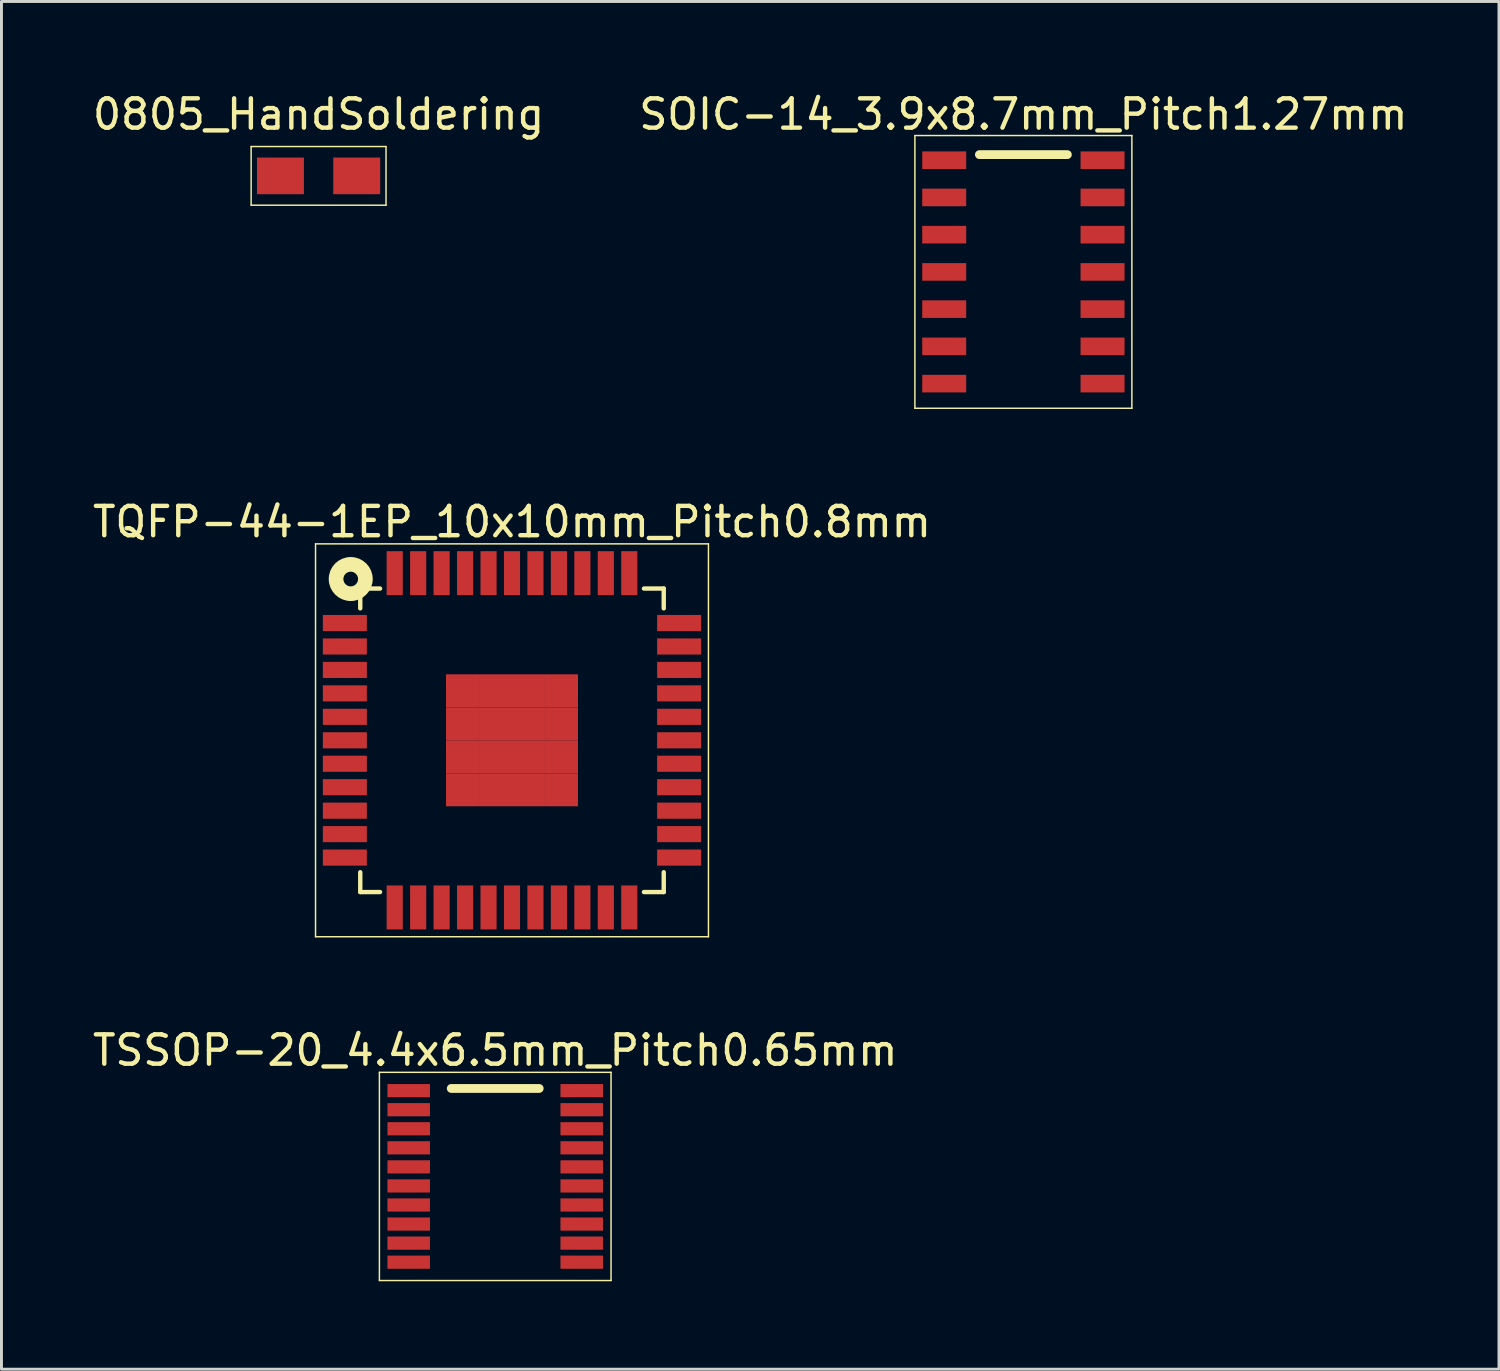
<source format=kicad_pcb>
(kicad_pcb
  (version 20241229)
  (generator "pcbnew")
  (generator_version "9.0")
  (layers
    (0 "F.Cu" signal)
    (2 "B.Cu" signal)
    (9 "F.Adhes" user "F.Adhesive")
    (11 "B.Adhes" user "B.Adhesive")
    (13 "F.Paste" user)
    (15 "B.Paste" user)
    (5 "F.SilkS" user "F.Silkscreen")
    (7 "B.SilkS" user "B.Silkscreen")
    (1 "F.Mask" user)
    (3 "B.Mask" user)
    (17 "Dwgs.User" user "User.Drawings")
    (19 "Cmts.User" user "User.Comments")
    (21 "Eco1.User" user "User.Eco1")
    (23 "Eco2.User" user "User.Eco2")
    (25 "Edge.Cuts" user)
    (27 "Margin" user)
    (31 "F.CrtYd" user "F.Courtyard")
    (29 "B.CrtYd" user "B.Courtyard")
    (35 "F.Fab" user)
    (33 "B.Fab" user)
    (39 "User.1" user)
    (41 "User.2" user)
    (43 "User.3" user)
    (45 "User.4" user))
  (footprint "TSSOP-20_4.4x6.5mm_Pitch0.65mm"
    (layer "F.Cu")
    (at 13.839 37.07)
    (property "Reference" "TSSOP-20_4.4x6.5mm_Pitch0.65mm" (at 0 -4.3 0) (layer "F.SilkS") (effects (font (size 1 1) (thickness 0.15))))
    (attr smd)
    (fp_line (start -3.95 -3.55) (end -3.95 3.55) (stroke (width 0.05) (type solid)) (layer "F.SilkS"))
    (fp_line (start -3.95 -3.55) (end 3.95 -3.55) (stroke (width 0.05) (type solid)) (layer "F.SilkS"))
    (fp_line (start -3.95 3.55) (end 3.95 3.55) (stroke (width 0.05) (type solid)) (layer "F.SilkS"))
    (fp_line (start -1.5 -3) (end 1.5 -3) (stroke (width 0.3) (type solid)) (layer "F.SilkS"))
    (fp_line (start 3.95 -3.55) (end 3.95 3.55) (stroke (width 0.05) (type solid)) (layer "F.SilkS"))
    (pad "1" smd rect (at -2.95 -2.925) (size 1.45 0.45) (layers "F.Cu" "F.Mask" "F.Paste"))
    (pad "2" smd rect (at -2.95 -2.275) (size 1.45 0.45) (layers "F.Cu" "F.Mask" "F.Paste"))
    (pad "3" smd rect (at -2.95 -1.625) (size 1.45 0.45) (layers "F.Cu" "F.Mask" "F.Paste"))
    (pad "4" smd rect (at -2.95 -0.975) (size 1.45 0.45) (layers "F.Cu" "F.Mask" "F.Paste"))
    (pad "5" smd rect (at -2.95 -0.325) (size 1.45 0.45) (layers "F.Cu" "F.Mask" "F.Paste"))
    (pad "6" smd rect (at -2.95 0.325) (size 1.45 0.45) (layers "F.Cu" "F.Mask" "F.Paste"))
    (pad "7" smd rect (at -2.95 0.975) (size 1.45 0.45) (layers "F.Cu" "F.Mask" "F.Paste"))
    (pad "8" smd rect (at -2.95 1.625) (size 1.45 0.45) (layers "F.Cu" "F.Mask" "F.Paste"))
    (pad "9" smd rect (at -2.95 2.275) (size 1.45 0.45) (layers "F.Cu" "F.Mask" "F.Paste"))
    (pad "10" smd rect (at -2.95 2.925) (size 1.45 0.45) (layers "F.Cu" "F.Mask" "F.Paste"))
    (pad "11" smd rect (at 2.95 2.925) (size 1.45 0.45) (layers "F.Cu" "F.Mask" "F.Paste"))
    (pad "12" smd rect (at 2.95 2.275) (size 1.45 0.45) (layers "F.Cu" "F.Mask" "F.Paste"))
    (pad "13" smd rect (at 2.95 1.625) (size 1.45 0.45) (layers "F.Cu" "F.Mask" "F.Paste"))
    (pad "14" smd rect (at 2.95 0.975) (size 1.45 0.45) (layers "F.Cu" "F.Mask" "F.Paste"))
    (pad "15" smd rect (at 2.95 0.325) (size 1.45 0.45) (layers "F.Cu" "F.Mask" "F.Paste"))
    (pad "16" smd rect (at 2.95 -0.325) (size 1.45 0.45) (layers "F.Cu" "F.Mask" "F.Paste"))
    (pad "17" smd rect (at 2.95 -0.975) (size 1.45 0.45) (layers "F.Cu" "F.Mask" "F.Paste"))
    (pad "18" smd rect (at 2.95 -1.625) (size 1.45 0.45) (layers "F.Cu" "F.Mask" "F.Paste"))
    (pad "19" smd rect (at 2.95 -2.275) (size 1.45 0.45) (layers "F.Cu" "F.Mask" "F.Paste"))
    (pad "20" smd rect (at 2.95 -2.925) (size 1.45 0.45) (layers "F.Cu" "F.Mask" "F.Paste")))
  (footprint "0805_HandSoldering"
    (layer "F.Cu")
    (at 7.815 2.948)
    (property "Reference" "0805_HandSoldering" (at 0 -2.1 0) (layer "F.SilkS") (effects (font (size 1 1) (thickness 0.15))))
    (attr smd)
    (fp_line (start -2.3 -1) (end -2.3 1) (stroke (width 0.05) (type solid)) (layer "F.SilkS"))
    (fp_line (start -2.3 -1) (end 2.3 -1) (stroke (width 0.05) (type solid)) (layer "F.SilkS"))
    (fp_line (start -2.3 1) (end 2.3 1) (stroke (width 0.05) (type solid)) (layer "F.SilkS"))
    (fp_line (start 2.3 -1) (end 2.3 1) (stroke (width 0.05) (type solid)) (layer "F.SilkS"))
    (pad "1" smd rect (at -1.3 0) (size 1.6 1.25) (layers "F.Cu" "F.Mask" "F.Paste"))
    (pad "2" smd rect (at 1.3 0) (size 1.6 1.25) (layers "F.Cu" "F.Mask" "F.Paste")))
  (footprint "SOIC-14_3.9x8.7mm_Pitch1.27mm"
    (layer "F.Cu")
    (at 31.851 6.223)
    (property "Reference" "SOIC-14_3.9x8.7mm_Pitch1.27mm" (at 0 -5.375 0) (layer "F.SilkS") (effects (font (size 1 1) (thickness 0.15))))
    (attr smd)
    (fp_line (start -3.7 -4.65) (end -3.7 4.65) (stroke (width 0.05) (type solid)) (layer "F.SilkS"))
    (fp_line (start -3.7 -4.65) (end 3.7 -4.65) (stroke (width 0.05) (type solid)) (layer "F.SilkS"))
    (fp_line (start -3.7 4.65) (end 3.7 4.65) (stroke (width 0.05) (type solid)) (layer "F.SilkS"))
    (fp_line (start -1.5 -4) (end 1.5 -4) (stroke (width 0.3) (type solid)) (layer "F.SilkS"))
    (fp_line (start 3.7 -4.65) (end 3.7 4.65) (stroke (width 0.05) (type solid)) (layer "F.SilkS"))
    (pad "1" smd rect (at -2.7 -3.81) (size 1.5 0.6) (layers "F.Cu" "F.Mask" "F.Paste"))
    (pad "2" smd rect (at -2.7 -2.54) (size 1.5 0.6) (layers "F.Cu" "F.Mask" "F.Paste"))
    (pad "3" smd rect (at -2.7 -1.27) (size 1.5 0.6) (layers "F.Cu" "F.Mask" "F.Paste"))
    (pad "4" smd rect (at -2.7 0) (size 1.5 0.6) (layers "F.Cu" "F.Mask" "F.Paste"))
    (pad "5" smd rect (at -2.7 1.27) (size 1.5 0.6) (layers "F.Cu" "F.Mask" "F.Paste"))
    (pad "6" smd rect (at -2.7 2.54) (size 1.5 0.6) (layers "F.Cu" "F.Mask" "F.Paste"))
    (pad "7" smd rect (at -2.7 3.81) (size 1.5 0.6) (layers "F.Cu" "F.Mask" "F.Paste"))
    (pad "8" smd rect (at 2.7 3.81) (size 1.5 0.6) (layers "F.Cu" "F.Mask" "F.Paste"))
    (pad "9" smd rect (at 2.7 2.54) (size 1.5 0.6) (layers "F.Cu" "F.Mask" "F.Paste"))
    (pad "10" smd rect (at 2.7 1.27) (size 1.5 0.6) (layers "F.Cu" "F.Mask" "F.Paste"))
    (pad "11" smd rect (at 2.7 0) (size 1.5 0.6) (layers "F.Cu" "F.Mask" "F.Paste"))
    (pad "12" smd rect (at 2.7 -1.27) (size 1.5 0.6) (layers "F.Cu" "F.Mask" "F.Paste"))
    (pad "13" smd rect (at 2.7 -2.54) (size 1.5 0.6) (layers "F.Cu" "F.Mask" "F.Paste"))
    (pad "14" smd rect (at 2.7 -3.81) (size 1.5 0.6) (layers "F.Cu" "F.Mask" "F.Paste")))
  (footprint "TQFP-44-1EP_10x10mm_Pitch0.8mm"
    (layer "F.Cu")
    (at 14.411 22.197)
    (property "Reference" "TQFP-44-1EP_10x10mm_Pitch0.8mm" (at 0 -7.45 0) (layer "F.SilkS") (effects (font (size 1 1) (thickness 0.15))))
    (attr smd)
    (fp_line (start -6.7 -6.7) (end -6.7 6.7) (stroke (width 0.05) (type solid)) (layer "F.SilkS"))
    (fp_line (start -6.7 -6.7) (end 6.7 -6.7) (stroke (width 0.05) (type solid)) (layer "F.SilkS"))
    (fp_line (start -6.7 6.7) (end 6.7 6.7) (stroke (width 0.05) (type solid)) (layer "F.SilkS"))
    (fp_line (start -5.175 -5.175) (end -5.175 -4.5) (stroke (width 0.15) (type solid)) (layer "F.SilkS"))
    (fp_line (start -5.175 -5.175) (end -4.5 -5.175) (stroke (width 0.15) (type solid)) (layer "F.SilkS"))
    (fp_line (start -5.175 5.175) (end -5.175 4.5) (stroke (width 0.15) (type solid)) (layer "F.SilkS"))
    (fp_line (start -5.175 5.175) (end -4.5 5.175) (stroke (width 0.15) (type solid)) (layer "F.SilkS"))
    (fp_line (start 5.175 -5.175) (end 4.5 -5.175) (stroke (width 0.15) (type solid)) (layer "F.SilkS"))
    (fp_line (start 5.175 -5.175) (end 5.175 -4.5) (stroke (width 0.15) (type solid)) (layer "F.SilkS"))
    (fp_line (start 5.175 5.175) (end 4.5 5.175) (stroke (width 0.15) (type solid)) (layer "F.SilkS"))
    (fp_line (start 5.175 5.175) (end 5.175 4.5) (stroke (width 0.15) (type solid)) (layer "F.SilkS"))
    (fp_line (start 6.7 -6.7) (end 6.7 6.7) (stroke (width 0.05) (type solid)) (layer "F.SilkS"))
    (fp_circle (center -5.5 -5.5) (end -5.5 -5) (stroke (width 0.5) (type solid)) (fill no) (layer "F.SilkS"))
    (pad "1" smd rect (at -5.7 -4) (size 1.5 0.55) (layers "F.Cu" "F.Mask" "F.Paste"))
    (pad "2" smd rect (at -5.7 -3.2) (size 1.5 0.55) (layers "F.Cu" "F.Mask" "F.Paste"))
    (pad "3" smd rect (at -5.7 -2.4) (size 1.5 0.55) (layers "F.Cu" "F.Mask" "F.Paste"))
    (pad "4" smd rect (at -5.7 -1.6) (size 1.5 0.55) (layers "F.Cu" "F.Mask" "F.Paste"))
    (pad "5" smd rect (at -5.7 -0.8) (size 1.5 0.55) (layers "F.Cu" "F.Mask" "F.Paste"))
    (pad "6" smd rect (at -5.7 0) (size 1.5 0.55) (layers "F.Cu" "F.Mask" "F.Paste"))
    (pad "7" smd rect (at -5.7 0.8) (size 1.5 0.55) (layers "F.Cu" "F.Mask" "F.Paste"))
    (pad "8" smd rect (at -5.7 1.6) (size 1.5 0.55) (layers "F.Cu" "F.Mask" "F.Paste"))
    (pad "9" smd rect (at -5.7 2.4) (size 1.5 0.55) (layers "F.Cu" "F.Mask" "F.Paste"))
    (pad "10" smd rect (at -5.7 3.2) (size 1.5 0.55) (layers "F.Cu" "F.Mask" "F.Paste"))
    (pad "11" smd rect (at -5.7 4) (size 1.5 0.55) (layers "F.Cu" "F.Mask" "F.Paste"))
    (pad "12" smd rect (at -4 5.7 90) (size 1.5 0.55) (layers "F.Cu" "F.Mask" "F.Paste"))
    (pad "13" smd rect (at -3.2 5.7 90) (size 1.5 0.55) (layers "F.Cu" "F.Mask" "F.Paste"))
    (pad "14" smd rect (at -2.4 5.7 90) (size 1.5 0.55) (layers "F.Cu" "F.Mask" "F.Paste"))
    (pad "15" smd rect (at -1.6 5.7 90) (size 1.5 0.55) (layers "F.Cu" "F.Mask" "F.Paste"))
    (pad "16" smd rect (at -0.8 5.7 90) (size 1.5 0.55) (layers "F.Cu" "F.Mask" "F.Paste"))
    (pad "17" smd rect (at 0 5.7 90) (size 1.5 0.55) (layers "F.Cu" "F.Mask" "F.Paste"))
    (pad "18" smd rect (at 0.8 5.7 90) (size 1.5 0.55) (layers "F.Cu" "F.Mask" "F.Paste"))
    (pad "19" smd rect (at 1.6 5.7 90) (size 1.5 0.55) (layers "F.Cu" "F.Mask" "F.Paste"))
    (pad "20" smd rect (at 2.4 5.7 90) (size 1.5 0.55) (layers "F.Cu" "F.Mask" "F.Paste"))
    (pad "21" smd rect (at 3.2 5.7 90) (size 1.5 0.55) (layers "F.Cu" "F.Mask" "F.Paste"))
    (pad "22" smd rect (at 4 5.7 90) (size 1.5 0.55) (layers "F.Cu" "F.Mask" "F.Paste"))
    (pad "23" smd rect (at 5.7 4) (size 1.5 0.55) (layers "F.Cu" "F.Mask" "F.Paste"))
    (pad "24" smd rect (at 5.7 3.2) (size 1.5 0.55) (layers "F.Cu" "F.Mask" "F.Paste"))
    (pad "25" smd rect (at 5.7 2.4) (size 1.5 0.55) (layers "F.Cu" "F.Mask" "F.Paste"))
    (pad "26" smd rect (at 5.7 1.6) (size 1.5 0.55) (layers "F.Cu" "F.Mask" "F.Paste"))
    (pad "27" smd rect (at 5.7 0.8) (size 1.5 0.55) (layers "F.Cu" "F.Mask" "F.Paste"))
    (pad "28" smd rect (at 5.7 0) (size 1.5 0.55) (layers "F.Cu" "F.Mask" "F.Paste"))
    (pad "29" smd rect (at 5.7 -0.8) (size 1.5 0.55) (layers "F.Cu" "F.Mask" "F.Paste"))
    (pad "30" smd rect (at 5.7 -1.6) (size 1.5 0.55) (layers "F.Cu" "F.Mask" "F.Paste"))
    (pad "31" smd rect (at 5.7 -2.4) (size 1.5 0.55) (layers "F.Cu" "F.Mask" "F.Paste"))
    (pad "32" smd rect (at 5.7 -3.2) (size 1.5 0.55) (layers "F.Cu" "F.Mask" "F.Paste"))
    (pad "33" smd rect (at 5.7 -4) (size 1.5 0.55) (layers "F.Cu" "F.Mask" "F.Paste"))
    (pad "34" smd rect (at 4 -5.7 90) (size 1.5 0.55) (layers "F.Cu" "F.Mask" "F.Paste"))
    (pad "35" smd rect (at 3.2 -5.7 90) (size 1.5 0.55) (layers "F.Cu" "F.Mask" "F.Paste"))
    (pad "36" smd rect (at 2.4 -5.7 90) (size 1.5 0.55) (layers "F.Cu" "F.Mask" "F.Paste"))
    (pad "37" smd rect (at 1.6 -5.7 90) (size 1.5 0.55) (layers "F.Cu" "F.Mask" "F.Paste"))
    (pad "38" smd rect (at 0.8 -5.7 90) (size 1.5 0.55) (layers "F.Cu" "F.Mask" "F.Paste"))
    (pad "39" smd rect (at 0 -5.7 90) (size 1.5 0.55) (layers "F.Cu" "F.Mask" "F.Paste"))
    (pad "40" smd rect (at -0.8 -5.7 90) (size 1.5 0.55) (layers "F.Cu" "F.Mask" "F.Paste"))
    (pad "41" smd rect (at -1.6 -5.7 90) (size 1.5 0.55) (layers "F.Cu" "F.Mask" "F.Paste"))
    (pad "42" smd rect (at -2.4 -5.7 90) (size 1.5 0.55) (layers "F.Cu" "F.Mask" "F.Paste"))
    (pad "43" smd rect (at -3.2 -5.7 90) (size 1.5 0.55) (layers "F.Cu" "F.Mask" "F.Paste"))
    (pad "44" smd rect (at -4 -5.7 90) (size 1.5 0.55) (layers "F.Cu" "F.Mask" "F.Paste"))
    (pad "45" smd rect (at -1.688 -1.688) (size 1.125 1.125) (layers "F.Cu" "F.Mask" "F.Paste"))
    (pad "45" smd rect (at -1.688 -0.562) (size 1.125 1.125) (layers "F.Cu" "F.Mask" "F.Paste"))
    (pad "45" smd rect (at -1.688 0.562) (size 1.125 1.125) (layers "F.Cu" "F.Mask" "F.Paste"))
    (pad "45" smd rect (at -1.688 1.688) (size 1.125 1.125) (layers "F.Cu" "F.Mask" "F.Paste"))
    (pad "45" smd rect (at -0.562 -1.688) (size 1.125 1.125) (layers "F.Cu" "F.Mask" "F.Paste"))
    (pad "45" smd rect (at -0.562 -0.562) (size 1.125 1.125) (layers "F.Cu" "F.Mask" "F.Paste"))
    (pad "45" smd rect (at -0.562 0.562) (size 1.125 1.125) (layers "F.Cu" "F.Mask" "F.Paste"))
    (pad "45" smd rect (at -0.562 1.688) (size 1.125 1.125) (layers "F.Cu" "F.Mask" "F.Paste"))
    (pad "45" smd rect (at 0.562 -1.688) (size 1.125 1.125) (layers "F.Cu" "F.Mask" "F.Paste"))
    (pad "45" smd rect (at 0.562 -0.562) (size 1.125 1.125) (layers "F.Cu" "F.Mask" "F.Paste"))
    (pad "45" smd rect (at 0.562 0.562) (size 1.125 1.125) (layers "F.Cu" "F.Mask" "F.Paste"))
    (pad "45" smd rect (at 0.562 1.688) (size 1.125 1.125) (layers "F.Cu" "F.Mask" "F.Paste"))
    (pad "45" smd rect (at 1.688 -1.688) (size 1.125 1.125) (layers "F.Cu" "F.Mask" "F.Paste"))
    (pad "45" smd rect (at 1.688 -0.562) (size 1.125 1.125) (layers "F.Cu" "F.Mask" "F.Paste"))
    (pad "45" smd rect (at 1.688 0.562) (size 1.125 1.125) (layers "F.Cu" "F.Mask" "F.Paste"))
    (pad "45" smd rect (at 1.688 1.688) (size 1.125 1.125) (layers "F.Cu" "F.Mask" "F.Paste")))
  (gr_rect
    (start -3 -3)
    (end 48.071 43.645)
    (stroke (width 0.1) (type default))
    (fill no)
    (layer "Edge.Cuts")))
</source>
